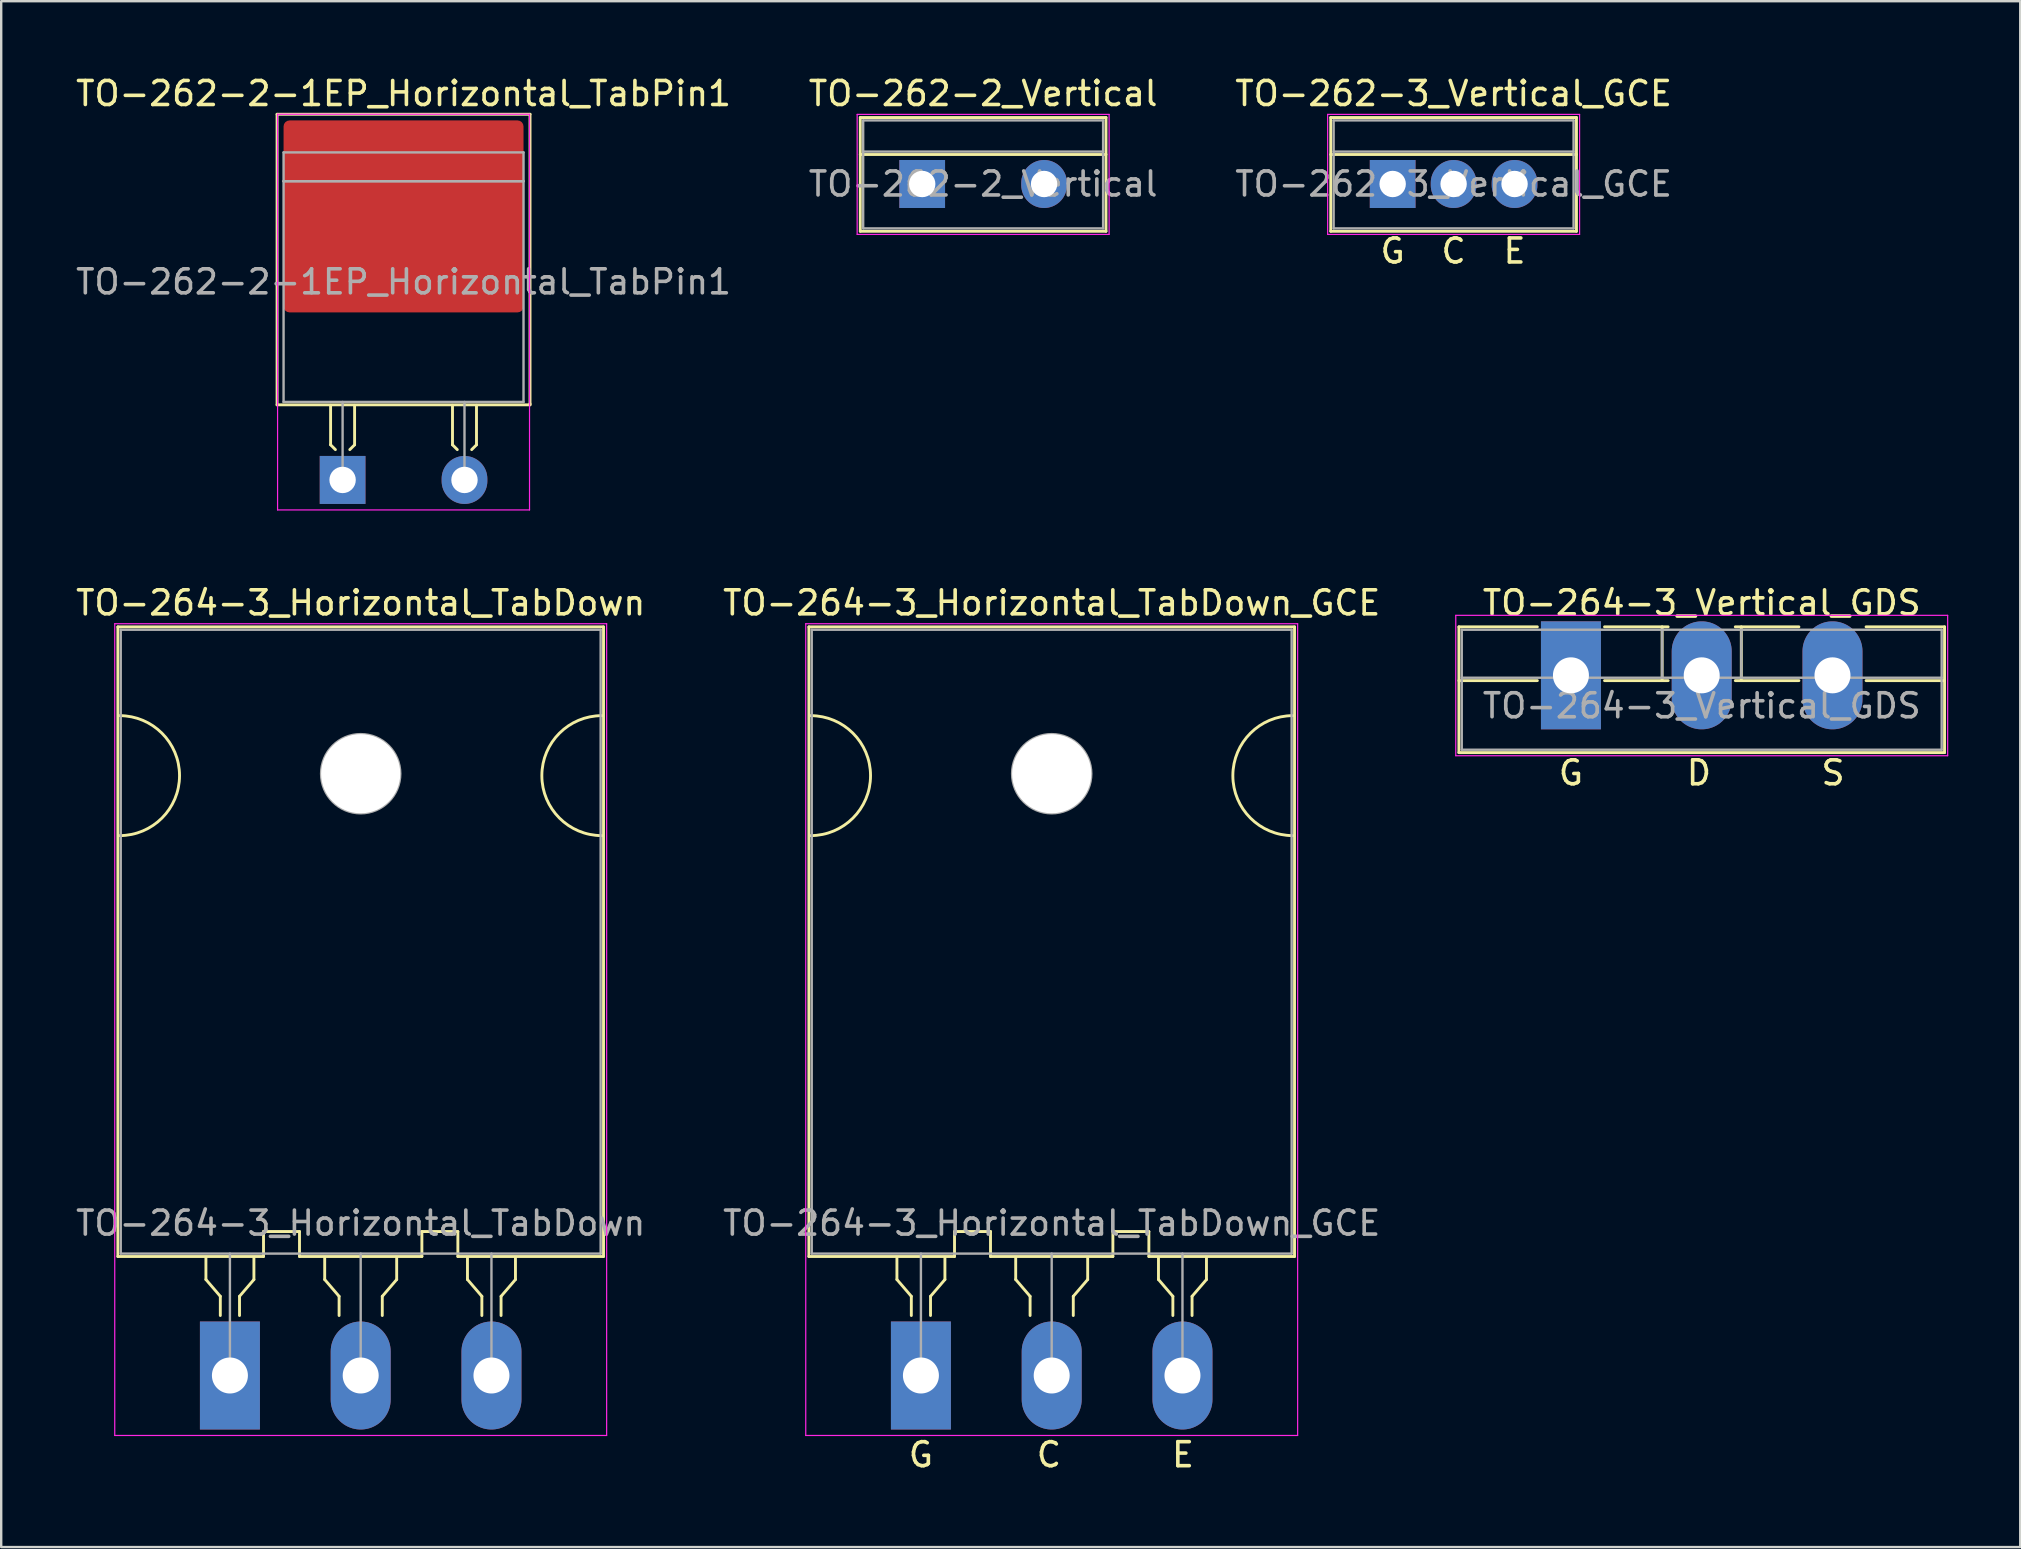
<source format=kicad_pcb>
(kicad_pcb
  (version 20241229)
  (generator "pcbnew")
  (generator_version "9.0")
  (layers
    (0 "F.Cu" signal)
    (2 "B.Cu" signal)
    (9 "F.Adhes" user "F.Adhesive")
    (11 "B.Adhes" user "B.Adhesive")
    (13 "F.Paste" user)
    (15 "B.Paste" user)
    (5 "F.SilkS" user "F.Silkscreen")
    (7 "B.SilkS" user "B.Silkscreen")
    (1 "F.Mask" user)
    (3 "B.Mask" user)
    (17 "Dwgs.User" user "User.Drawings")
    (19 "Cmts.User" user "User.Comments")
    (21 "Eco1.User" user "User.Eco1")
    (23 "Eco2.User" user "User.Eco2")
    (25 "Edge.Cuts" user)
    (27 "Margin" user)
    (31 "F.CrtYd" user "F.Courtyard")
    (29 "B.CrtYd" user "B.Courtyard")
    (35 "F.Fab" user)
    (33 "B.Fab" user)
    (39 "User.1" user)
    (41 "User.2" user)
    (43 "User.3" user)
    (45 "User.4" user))
  (footprint "TO-264-3_Vertical_GDS"
    (layer "F.Cu")
    (at 62.42 25.095)
    (property "Reference" "TO-264-3_Vertical_GDS" (at 5.45 -3.02 0) (layer "F.SilkS") (effects (font (size 1 1) (thickness 0.15))))
    (fp_line (start -4.67 -2.021) (end -4.67 3.22) (stroke (width 0.12) (type solid)) (layer "F.SilkS"))
    (fp_line (start -4.67 -2.021) (end -1.4 -2.021) (stroke (width 0.12) (type solid)) (layer "F.SilkS"))
    (fp_line (start -4.67 0.22) (end -1.4 0.22) (stroke (width 0.12) (type solid)) (layer "F.SilkS"))
    (fp_line (start -4.67 3.22) (end 15.57 3.22) (stroke (width 0.12) (type solid)) (layer "F.SilkS"))
    (fp_line (start 1.4 -2.021) (end 4.051 -2.021) (stroke (width 0.12) (type solid)) (layer "F.SilkS"))
    (fp_line (start 1.4 0.22) (end 4.051 0.22) (stroke (width 0.12) (type solid)) (layer "F.SilkS"))
    (fp_line (start 3.8 -2.021) (end 3.8 0.22) (stroke (width 0.12) (type solid)) (layer "F.SilkS"))
    (fp_line (start 6.85 -2.021) (end 9.5 -2.021) (stroke (width 0.12) (type solid)) (layer "F.SilkS"))
    (fp_line (start 6.85 0.22) (end 9.5 0.22) (stroke (width 0.12) (type solid)) (layer "F.SilkS"))
    (fp_line (start 7.1 -2.021) (end 7.1 0.22) (stroke (width 0.12) (type solid)) (layer "F.SilkS"))
    (fp_line (start 12.3 -2.021) (end 15.57 -2.021) (stroke (width 0.12) (type solid)) (layer "F.SilkS"))
    (fp_line (start 12.3 0.22) (end 15.57 0.22) (stroke (width 0.12) (type solid)) (layer "F.SilkS"))
    (fp_line (start 15.57 -2.021) (end 15.57 3.22) (stroke (width 0.12) (type solid)) (layer "F.SilkS"))
    (fp_line (start -4.8 -2.5) (end -4.8 3.35) (stroke (width 0.05) (type solid)) (layer "F.CrtYd"))
    (fp_line (start -4.8 3.35) (end 15.7 3.35) (stroke (width 0.05) (type solid)) (layer "F.CrtYd"))
    (fp_line (start 15.7 -2.5) (end -4.8 -2.5) (stroke (width 0.05) (type solid)) (layer "F.CrtYd"))
    (fp_line (start 15.7 3.35) (end 15.7 -2.5) (stroke (width 0.05) (type solid)) (layer "F.CrtYd"))
    (fp_line (start -4.55 -1.9) (end -4.55 3.1) (stroke (width 0.1) (type solid)) (layer "F.Fab"))
    (fp_line (start -4.55 0.1) (end 15.45 0.1) (stroke (width 0.1) (type solid)) (layer "F.Fab"))
    (fp_line (start -4.55 3.1) (end 15.45 3.1) (stroke (width 0.1) (type solid)) (layer "F.Fab"))
    (fp_line (start 3.8 -1.9) (end 3.8 0.1) (stroke (width 0.1) (type solid)) (layer "F.Fab"))
    (fp_line (start 7.1 -1.9) (end 7.1 0.1) (stroke (width 0.1) (type solid)) (layer "F.Fab"))
    (fp_line (start 15.45 -1.9) (end -4.55 -1.9) (stroke (width 0.1) (type solid)) (layer "F.Fab"))
    (fp_line (start 15.45 3.1) (end 15.45 -1.9) (stroke (width 0.1) (type solid)) (layer "F.Fab"))
    (fp_text user "S" (at 10.922 4.064 0) (unlocked yes) (layer "F.SilkS") (effects (font (size 1 1) (thickness 0.15))))
    (fp_text user "G" (at 0 4.064 0) (unlocked yes) (layer "F.SilkS") (effects (font (size 1 1) (thickness 0.15))))
    (fp_text user "D" (at 5.334 4.064 0) (unlocked yes) (layer "F.SilkS") (effects (font (size 1 1) (thickness 0.15))))
    (fp_text user "${REFERENCE}" (at 5.45 1.27 0) (layer "F.Fab") (effects (font (size 1 1) (thickness 0.15))))
    (pad "1" thru_hole rect (at 0 0) (size 2.5 4.5) (drill 1.5) (layers "*.Cu" "*.Mask"))
    (pad "2" thru_hole oval (at 5.45 0) (size 2.5 4.5) (drill 1.5) (layers "*.Cu" "*.Mask"))
    (pad "3" thru_hole oval (at 10.9 0) (size 2.5 4.5) (drill 1.5) (layers "*.Cu" "*.Mask")))
  (footprint "TO-262-2_Vertical"
    (layer "F.Cu")
    (at 35.383 4.618)
    (property "Reference" "TO-262-2_Vertical" (at 2.54 -3.77 0) (layer "F.SilkS") (effects (font (size 1 1) (thickness 0.15))))
    (fp_line (start -2.58 -2.77) (end -2.58 1.971) (stroke (width 0.12) (type solid)) (layer "F.SilkS"))
    (fp_line (start -2.58 -2.77) (end 7.66 -2.77) (stroke (width 0.12) (type solid)) (layer "F.SilkS"))
    (fp_line (start -2.58 -1.23) (end 7.66 -1.23) (stroke (width 0.12) (type solid)) (layer "F.SilkS"))
    (fp_line (start -2.58 1.971) (end 7.66 1.971) (stroke (width 0.12) (type solid)) (layer "F.SilkS"))
    (fp_line (start 7.66 -2.77) (end 7.66 1.971) (stroke (width 0.12) (type solid)) (layer "F.SilkS"))
    (fp_line (start -2.71 -2.9) (end -2.71 2.1) (stroke (width 0.05) (type solid)) (layer "F.CrtYd"))
    (fp_line (start -2.71 2.1) (end 7.79 2.1) (stroke (width 0.05) (type solid)) (layer "F.CrtYd"))
    (fp_line (start 7.79 -2.9) (end -2.71 -2.9) (stroke (width 0.05) (type solid)) (layer "F.CrtYd"))
    (fp_line (start 7.79 2.1) (end 7.79 -2.9) (stroke (width 0.05) (type solid)) (layer "F.CrtYd"))
    (fp_line (start -2.46 -2.65) (end -2.46 1.85) (stroke (width 0.1) (type solid)) (layer "F.Fab"))
    (fp_line (start -2.46 -1.35) (end 7.54 -1.35) (stroke (width 0.1) (type solid)) (layer "F.Fab"))
    (fp_line (start -2.46 1.85) (end 7.54 1.85) (stroke (width 0.1) (type solid)) (layer "F.Fab"))
    (fp_line (start 7.54 -2.65) (end -2.46 -2.65) (stroke (width 0.1) (type solid)) (layer "F.Fab"))
    (fp_line (start 7.54 1.85) (end 7.54 -2.65) (stroke (width 0.1) (type solid)) (layer "F.Fab"))
    (fp_text user "${REFERENCE}" (at 2.54 0 0) (layer "F.Fab") (effects (font (size 1 1) (thickness 0.15))))
    (pad "1" thru_hole rect (at 0 0) (size 1.905 2) (drill 1.1) (layers "*.Cu" "*.Mask"))
    (pad "3" thru_hole oval (at 5.08 0) (size 1.905 2) (drill 1.1) (layers "*.Cu" "*.Mask")))
  (footprint "TO-264-3_Horizontal_TabDown_GCE"
    (layer "F.Cu")
    (at 35.33 54.275)
    (property "Reference" "TO-264-3_Horizontal_TabDown_GCE" (at 5.45 -32.2 0) (layer "F.SilkS") (effects (font (size 1 1) (thickness 0.15))))
    (fp_line (start -4.67 -31.2) (end -4.67 -4.96) (stroke (width 0.12) (type solid)) (layer "F.SilkS"))
    (fp_line (start -4.67 -31.2) (end 15.57 -31.2) (stroke (width 0.12) (type solid)) (layer "F.SilkS"))
    (fp_line (start -4.67 -4.96) (end 1.4 -4.96) (stroke (width 0.12) (type solid)) (layer "F.SilkS"))
    (fp_line (start -1 -4.9) (end -1 -4) (stroke (width 0.12) (type solid)) (layer "F.SilkS"))
    (fp_line (start -1 -4) (end -0.4 -3.3) (stroke (width 0.12) (type solid)) (layer "F.SilkS"))
    (fp_line (start -0.4 -3.3) (end -0.4 -2.5) (stroke (width 0.12) (type solid)) (layer "F.SilkS"))
    (fp_line (start 0.4 -3.3) (end 1 -4) (stroke (width 0.12) (type solid)) (layer "F.SilkS"))
    (fp_line (start 0.4 -2.5) (end 0.4 -3.3) (stroke (width 0.12) (type solid)) (layer "F.SilkS"))
    (fp_line (start 1 -4) (end 1 -4.9) (stroke (width 0.12) (type solid)) (layer "F.SilkS"))
    (fp_line (start 1.4 -6) (end 2.9 -6) (stroke (width 0.12) (type solid)) (layer "F.SilkS"))
    (fp_line (start 1.4 -4.96) (end 1.4 -6) (stroke (width 0.12) (type solid)) (layer "F.SilkS"))
    (fp_line (start 2.9 -6) (end 2.9 -4.96) (stroke (width 0.12) (type solid)) (layer "F.SilkS"))
    (fp_line (start 2.9 -4.96) (end 8 -4.96) (stroke (width 0.12) (type solid)) (layer "F.SilkS"))
    (fp_line (start 3.95 -4.9) (end 3.95 -4) (stroke (width 0.12) (type solid)) (layer "F.SilkS"))
    (fp_line (start 3.95 -4) (end 4.55 -3.3) (stroke (width 0.12) (type solid)) (layer "F.SilkS"))
    (fp_line (start 4.55 -3.3) (end 4.55 -2.5) (stroke (width 0.12) (type solid)) (layer "F.SilkS"))
    (fp_line (start 6.35 -3.3) (end 6.95 -4) (stroke (width 0.12) (type solid)) (layer "F.SilkS"))
    (fp_line (start 6.35 -2.5) (end 6.35 -3.3) (stroke (width 0.12) (type solid)) (layer "F.SilkS"))
    (fp_line (start 6.95 -4) (end 6.95 -4.9) (stroke (width 0.12) (type solid)) (layer "F.SilkS"))
    (fp_line (start 8 -6) (end 8 -4.96) (stroke (width 0.12) (type solid)) (layer "F.SilkS"))
    (fp_line (start 9.5 -6) (end 8 -6) (stroke (width 0.12) (type solid)) (layer "F.SilkS"))
    (fp_line (start 9.5 -4.96) (end 9.5 -6) (stroke (width 0.12) (type solid)) (layer "F.SilkS"))
    (fp_line (start 9.5 -4.96) (end 15.57 -4.96) (stroke (width 0.12) (type solid)) (layer "F.SilkS"))
    (fp_line (start 9.9 -4.9) (end 9.9 -4) (stroke (width 0.12) (type solid)) (layer "F.SilkS"))
    (fp_line (start 9.9 -4) (end 10.5 -3.3) (stroke (width 0.12) (type solid)) (layer "F.SilkS"))
    (fp_line (start 10.5 -3.3) (end 10.5 -2.5) (stroke (width 0.12) (type solid)) (layer "F.SilkS"))
    (fp_line (start 11.3 -3.3) (end 11.9 -4) (stroke (width 0.12) (type solid)) (layer "F.SilkS"))
    (fp_line (start 11.3 -2.5) (end 11.3 -3.3) (stroke (width 0.12) (type solid)) (layer "F.SilkS"))
    (fp_line (start 11.9 -4) (end 11.9 -4.9) (stroke (width 0.12) (type solid)) (layer "F.SilkS"))
    (fp_line (start 15.57 -31.2) (end 15.57 -4.96) (stroke (width 0.12) (type solid)) (layer "F.SilkS"))
    (fp_arc (start -4.6 -27.5) (mid -2.1 -25) (end -4.6 -22.5) (stroke (width 0.12) (type solid)) (layer "F.SilkS"))
    (fp_arc (start 15.5 -22.5) (mid 13 -25) (end 15.5 -27.5) (stroke (width 0.12) (type solid)) (layer "F.SilkS"))
    (fp_line (start -4.8 -31.33) (end -4.8 2.5) (stroke (width 0.05) (type solid)) (layer "F.CrtYd"))
    (fp_line (start -4.8 2.5) (end 15.7 2.5) (stroke (width 0.05) (type solid)) (layer "F.CrtYd"))
    (fp_line (start 15.7 -31.33) (end -4.8 -31.33) (stroke (width 0.05) (type solid)) (layer "F.CrtYd"))
    (fp_line (start 15.7 2.5) (end 15.7 -31.33) (stroke (width 0.05) (type solid)) (layer "F.CrtYd"))
    (fp_line (start -4.55 -31.08) (end 15.45 -31.08) (stroke (width 0.1) (type solid)) (layer "F.Fab"))
    (fp_line (start -4.55 -5.08) (end -4.55 -31.08) (stroke (width 0.1) (type solid)) (layer "F.Fab"))
    (fp_line (start 0 -5.08) (end 0 0) (stroke (width 0.1) (type solid)) (layer "F.Fab"))
    (fp_line (start 5.45 -5.08) (end 5.45 0) (stroke (width 0.1) (type solid)) (layer "F.Fab"))
    (fp_line (start 10.9 -5.08) (end 10.9 0) (stroke (width 0.1) (type solid)) (layer "F.Fab"))
    (fp_line (start 15.45 -31.08) (end 15.45 -5.08) (stroke (width 0.1) (type solid)) (layer "F.Fab"))
    (fp_line (start 15.45 -5.08) (end -4.55 -5.08) (stroke (width 0.1) (type solid)) (layer "F.Fab"))
    (fp_circle (center 5.45 -25.08) (end 7.1 -25.08) (stroke (width 0.1) (type solid)) (fill no) (layer "F.Fab"))
    (fp_text user "E" (at 10.922 3.302 0) (unlocked yes) (layer "F.SilkS") (effects (font (size 1 1) (thickness 0.15))))
    (fp_text user "G" (at 0 3.302 0) (unlocked yes) (layer "F.SilkS") (effects (font (size 1 1) (thickness 0.15))))
    (fp_text user "C" (at 5.334 3.302 0) (unlocked yes) (layer "F.SilkS") (effects (font (size 1 1) (thickness 0.15))))
    (fp_text user "${REFERENCE}" (at 5.45 -6.35 0) (layer "F.Fab") (effects (font (size 1 1) (thickness 0.15))))
    (pad "" np_thru_hole oval (at 5.45 -25.08) (size 3.3 3.3) (drill 3.3) (layers "*.Cu" "*.Mask"))
    (pad "1" thru_hole rect (at 0 0) (size 2.5 4.5) (drill 1.5) (layers "*.Cu" "*.Mask"))
    (pad "2" thru_hole oval (at 5.45 0) (size 2.5 4.5) (drill 1.5) (layers "*.Cu" "*.Mask"))
    (pad "3" thru_hole oval (at 10.9 0) (size 2.5 4.5) (drill 1.5) (layers "*.Cu" "*.Mask")))
  (footprint "TO-262-3_Vertical_GCE"
    (layer "F.Cu")
    (at 54.99 4.618)
    (property "Reference" "TO-262-3_Vertical_GCE" (at 2.54 -3.77 0) (layer "F.SilkS") (effects (font (size 1 1) (thickness 0.15))))
    (fp_line (start -2.58 -2.77) (end -2.58 1.971) (stroke (width 0.12) (type solid)) (layer "F.SilkS"))
    (fp_line (start -2.58 -2.77) (end 7.66 -2.77) (stroke (width 0.12) (type solid)) (layer "F.SilkS"))
    (fp_line (start -2.58 -1.23) (end 7.66 -1.23) (stroke (width 0.12) (type solid)) (layer "F.SilkS"))
    (fp_line (start -2.58 1.971) (end 7.66 1.971) (stroke (width 0.12) (type solid)) (layer "F.SilkS"))
    (fp_line (start 7.66 -2.77) (end 7.66 1.971) (stroke (width 0.12) (type solid)) (layer "F.SilkS"))
    (fp_line (start -2.71 -2.9) (end -2.71 2.1) (stroke (width 0.05) (type solid)) (layer "F.CrtYd"))
    (fp_line (start -2.71 2.1) (end 7.79 2.1) (stroke (width 0.05) (type solid)) (layer "F.CrtYd"))
    (fp_line (start 7.79 -2.9) (end -2.71 -2.9) (stroke (width 0.05) (type solid)) (layer "F.CrtYd"))
    (fp_line (start 7.79 2.1) (end 7.79 -2.9) (stroke (width 0.05) (type solid)) (layer "F.CrtYd"))
    (fp_line (start -2.46 -2.65) (end -2.46 1.85) (stroke (width 0.1) (type solid)) (layer "F.Fab"))
    (fp_line (start -2.46 -1.35) (end 7.54 -1.35) (stroke (width 0.1) (type solid)) (layer "F.Fab"))
    (fp_line (start -2.46 1.85) (end 7.54 1.85) (stroke (width 0.1) (type solid)) (layer "F.Fab"))
    (fp_line (start 7.54 -2.65) (end -2.46 -2.65) (stroke (width 0.1) (type solid)) (layer "F.Fab"))
    (fp_line (start 7.54 1.85) (end 7.54 -2.65) (stroke (width 0.1) (type solid)) (layer "F.Fab"))
    (fp_text user "G" (at 0 2.794 0) (unlocked yes) (layer "F.SilkS") (effects (font (size 1 1) (thickness 0.15))))
    (fp_text user "E" (at 5.08 2.794 0) (unlocked yes) (layer "F.SilkS") (effects (font (size 1 1) (thickness 0.15))))
    (fp_text user "C" (at 2.54 2.794 0) (unlocked yes) (layer "F.SilkS") (effects (font (size 1 1) (thickness 0.15))))
    (fp_text user "${REFERENCE}" (at 2.54 0 0) (layer "F.Fab") (effects (font (size 1 1) (thickness 0.15))))
    (pad "1" thru_hole rect (at 0 0) (size 1.905 2) (drill 1.1) (layers "*.Cu" "*.Mask"))
    (pad "2" thru_hole oval (at 2.54 0) (size 1.905 2) (drill 1.1) (layers "*.Cu" "*.Mask"))
    (pad "3" thru_hole oval (at 5.08 0) (size 1.905 2) (drill 1.1) (layers "*.Cu" "*.Mask")))
  (footprint "TO-262-2-1EP_Horizontal_TabPin1"
    (layer "F.Cu")
    (at 11.228 16.952)
    (property "Reference" "TO-262-2-1EP_Horizontal_TabPin1" (at 2.54 -16.103 0) (layer "F.SilkS") (effects (font (size 1 1) (thickness 0.15))))
    (fp_line (start -2.731 -15.24) (end 7.811 -15.24) (stroke (width 0.12) (type solid)) (layer "F.SilkS"))
    (fp_line (start -2.731 -3.13) (end -2.731 -15.24) (stroke (width 0.12) (type solid)) (layer "F.SilkS"))
    (fp_line (start -2.731 -3.13) (end 7.811 -3.13) (stroke (width 0.12) (type solid)) (layer "F.SilkS"))
    (fp_line (start -0.5 -3.111) (end -0.5 -1.464) (stroke (width 0.12) (type solid)) (layer "F.SilkS"))
    (fp_line (start -0.5 -1.464) (end -0.3 -1.264) (stroke (width 0.12) (type solid)) (layer "F.SilkS"))
    (fp_line (start 0.5 -3.111) (end 0.5 -1.464) (stroke (width 0.12) (type solid)) (layer "F.SilkS"))
    (fp_line (start 0.5 -1.464) (end 0.3 -1.264) (stroke (width 0.12) (type solid)) (layer "F.SilkS"))
    (fp_line (start 4.58 -3.111) (end 4.58 -1.464) (stroke (width 0.12) (type solid)) (layer "F.SilkS"))
    (fp_line (start 4.58 -1.464) (end 4.78 -1.264) (stroke (width 0.12) (type solid)) (layer "F.SilkS"))
    (fp_line (start 5.58 -3.111) (end 5.58 -1.464) (stroke (width 0.12) (type solid)) (layer "F.SilkS"))
    (fp_line (start 5.58 -1.464) (end 5.38 -1.264) (stroke (width 0.12) (type solid)) (layer "F.SilkS"))
    (fp_line (start 7.811 -15.24) (end 7.811 -3.175) (stroke (width 0.12) (type solid)) (layer "F.SilkS"))
    (fp_line (start 7.811 -3.175) (end 7.811 -3.13) (stroke (width 0.12) (type solid)) (layer "F.SilkS"))
    (fp_line (start -2.71 -15.24) (end -2.71 1.25) (stroke (width 0.05) (type solid)) (layer "F.CrtYd"))
    (fp_line (start -2.71 1.25) (end 7.79 1.25) (stroke (width 0.05) (type solid)) (layer "F.CrtYd"))
    (fp_line (start 7.79 -15.24) (end -2.71 -15.24) (stroke (width 0.05) (type solid)) (layer "F.CrtYd"))
    (fp_line (start 7.79 1.25) (end 7.79 -15.24) (stroke (width 0.05) (type solid)) (layer "F.CrtYd"))
    (fp_line (start -2.46 -13.65) (end 7.54 -13.65) (stroke (width 0.1) (type solid)) (layer "F.Fab"))
    (fp_line (start -2.46 -12.45) (end -2.46 -13.65) (stroke (width 0.1) (type solid)) (layer "F.Fab"))
    (fp_line (start -2.46 -12.45) (end 7.54 -12.45) (stroke (width 0.1) (type solid)) (layer "F.Fab"))
    (fp_line (start -2.46 -3.25) (end -2.46 -12.45) (stroke (width 0.1) (type solid)) (layer "F.Fab"))
    (fp_line (start 0 -3.25) (end 0 0) (stroke (width 0.1) (type solid)) (layer "F.Fab"))
    (fp_line (start 5.08 -3.25) (end 5.08 0) (stroke (width 0.1) (type solid)) (layer "F.Fab"))
    (fp_line (start 7.54 -13.65) (end 7.54 -12.45) (stroke (width 0.1) (type solid)) (layer "F.Fab"))
    (fp_line (start 7.54 -12.45) (end -2.46 -12.45) (stroke (width 0.1) (type solid)) (layer "F.Fab"))
    (fp_line (start 7.54 -12.45) (end 7.54 -3.25) (stroke (width 0.1) (type solid)) (layer "F.Fab"))
    (fp_line (start 7.54 -3.25) (end -2.46 -3.25) (stroke (width 0.1) (type solid)) (layer "F.Fab"))
    (fp_text user "${REFERENCE}" (at 2.54 -8.255 0) (layer "F.Fab") (effects (font (size 1 1) (thickness 0.15))))
    (pad "" smd roundrect (at -1.45 -14) (size 1.7 1.7) (layers "F.Paste") (roundrect_rratio 0.125))
    (pad "" smd roundrect (at -1.45 -12) (size 1.7 1.7) (layers "F.Paste") (roundrect_rratio 0.125))
    (pad "" smd roundrect (at -1.45 -10) (size 1.7 1.7) (layers "F.Paste") (roundrect_rratio 0.125))
    (pad "" smd roundrect (at -1.45 -8) (size 1.7 1.7) (layers "F.Paste") (roundrect_rratio 0.125))
    (pad "" smd roundrect (at 0.55 -14) (size 1.7 1.7) (layers "F.Paste") (roundrect_rratio 0.125))
    (pad "" smd roundrect (at 0.55 -12) (size 1.7 1.7) (layers "F.Paste") (roundrect_rratio 0.125))
    (pad "" smd roundrect (at 0.55 -10) (size 1.7 1.7) (layers "F.Paste") (roundrect_rratio 0.125))
    (pad "" smd roundrect (at 0.55 -8) (size 1.7 1.7) (layers "F.Paste") (roundrect_rratio 0.125))
    (pad "" smd roundrect (at 2.55 -14) (size 1.7 1.7) (layers "F.Paste") (roundrect_rratio 0.125))
    (pad "" smd roundrect (at 2.55 -12) (size 1.7 1.7) (layers "F.Paste") (roundrect_rratio 0.125))
    (pad "" smd roundrect (at 2.55 -10) (size 1.7 1.7) (layers "F.Paste") (roundrect_rratio 0.125))
    (pad "" smd roundrect (at 2.55 -8) (size 1.7 1.7) (layers "F.Paste") (roundrect_rratio 0.125))
    (pad "" smd roundrect (at 4.55 -14) (size 1.7 1.7) (layers "F.Paste") (roundrect_rratio 0.125))
    (pad "" smd roundrect (at 4.55 -12) (size 1.7 1.7) (layers "F.Paste") (roundrect_rratio 0.125))
    (pad "" smd roundrect (at 4.55 -10) (size 1.7 1.7) (layers "F.Paste") (roundrect_rratio 0.125))
    (pad "" smd roundrect (at 4.55 -8) (size 1.7 1.7) (layers "F.Paste") (roundrect_rratio 0.125))
    (pad "" smd roundrect (at 6.55 -14) (size 1.7 1.7) (layers "F.Paste") (roundrect_rratio 0.125))
    (pad "" smd roundrect (at 6.55 -12) (size 1.7 1.7) (layers "F.Paste") (roundrect_rratio 0.125))
    (pad "" smd roundrect (at 6.55 -10) (size 1.7 1.7) (layers "F.Paste") (roundrect_rratio 0.125))
    (pad "" smd roundrect (at 6.55 -8) (size 1.7 1.7) (layers "F.Paste") (roundrect_rratio 0.125))
    (pad "1" thru_hole rect (at 0 0) (size 1.905 2) (drill 1.1) (layers "*.Cu" "*.Mask"))
    (pad "1" smd roundrect (at 2.54 -10.983) (size 10 8) (layers "F.Cu" "F.Mask") (roundrect_rratio 0.031))
    (pad "2" thru_hole oval (at 5.08 0) (size 1.905 2) (drill 1.1) (layers "*.Cu" "*.Mask")))
  (footprint "TO-264-3_Horizontal_TabDown"
    (layer "F.Cu")
    (at 6.532 54.275)
    (property "Reference" "TO-264-3_Horizontal_TabDown" (at 5.45 -32.2 0) (layer "F.SilkS") (effects (font (size 1 1) (thickness 0.15))))
    (attr through_hole)
    (fp_line (start -4.67 -31.2) (end -4.67 -4.96) (stroke (width 0.12) (type solid)) (layer "F.SilkS"))
    (fp_line (start -4.67 -31.2) (end 15.57 -31.2) (stroke (width 0.12) (type solid)) (layer "F.SilkS"))
    (fp_line (start -4.67 -4.96) (end 1.4 -4.96) (stroke (width 0.12) (type solid)) (layer "F.SilkS"))
    (fp_line (start -1 -4.9) (end -1 -4) (stroke (width 0.12) (type solid)) (layer "F.SilkS"))
    (fp_line (start -1 -4) (end -0.4 -3.3) (stroke (width 0.12) (type solid)) (layer "F.SilkS"))
    (fp_line (start -0.4 -3.3) (end -0.4 -2.5) (stroke (width 0.12) (type solid)) (layer "F.SilkS"))
    (fp_line (start 0.4 -3.3) (end 1 -4) (stroke (width 0.12) (type solid)) (layer "F.SilkS"))
    (fp_line (start 0.4 -2.5) (end 0.4 -3.3) (stroke (width 0.12) (type solid)) (layer "F.SilkS"))
    (fp_line (start 1 -4) (end 1 -4.9) (stroke (width 0.12) (type solid)) (layer "F.SilkS"))
    (fp_line (start 1.4 -6) (end 2.9 -6) (stroke (width 0.12) (type solid)) (layer "F.SilkS"))
    (fp_line (start 1.4 -4.96) (end 1.4 -6) (stroke (width 0.12) (type solid)) (layer "F.SilkS"))
    (fp_line (start 2.9 -6) (end 2.9 -4.96) (stroke (width 0.12) (type solid)) (layer "F.SilkS"))
    (fp_line (start 2.9 -4.96) (end 8 -4.96) (stroke (width 0.12) (type solid)) (layer "F.SilkS"))
    (fp_line (start 3.95 -4.9) (end 3.95 -4) (stroke (width 0.12) (type solid)) (layer "F.SilkS"))
    (fp_line (start 3.95 -4) (end 4.55 -3.3) (stroke (width 0.12) (type solid)) (layer "F.SilkS"))
    (fp_line (start 4.55 -3.3) (end 4.55 -2.5) (stroke (width 0.12) (type solid)) (layer "F.SilkS"))
    (fp_line (start 6.35 -3.3) (end 6.95 -4) (stroke (width 0.12) (type solid)) (layer "F.SilkS"))
    (fp_line (start 6.35 -2.5) (end 6.35 -3.3) (stroke (width 0.12) (type solid)) (layer "F.SilkS"))
    (fp_line (start 6.95 -4) (end 6.95 -4.9) (stroke (width 0.12) (type solid)) (layer "F.SilkS"))
    (fp_line (start 8 -6) (end 8 -4.96) (stroke (width 0.12) (type solid)) (layer "F.SilkS"))
    (fp_line (start 9.5 -6) (end 8 -6) (stroke (width 0.12) (type solid)) (layer "F.SilkS"))
    (fp_line (start 9.5 -4.96) (end 9.5 -6) (stroke (width 0.12) (type solid)) (layer "F.SilkS"))
    (fp_line (start 9.5 -4.96) (end 15.57 -4.96) (stroke (width 0.12) (type solid)) (layer "F.SilkS"))
    (fp_line (start 9.9 -4.9) (end 9.9 -4) (stroke (width 0.12) (type solid)) (layer "F.SilkS"))
    (fp_line (start 9.9 -4) (end 10.5 -3.3) (stroke (width 0.12) (type solid)) (layer "F.SilkS"))
    (fp_line (start 10.5 -3.3) (end 10.5 -2.5) (stroke (width 0.12) (type solid)) (layer "F.SilkS"))
    (fp_line (start 11.3 -3.3) (end 11.9 -4) (stroke (width 0.12) (type solid)) (layer "F.SilkS"))
    (fp_line (start 11.3 -2.5) (end 11.3 -3.3) (stroke (width 0.12) (type solid)) (layer "F.SilkS"))
    (fp_line (start 11.9 -4) (end 11.9 -4.9) (stroke (width 0.12) (type solid)) (layer "F.SilkS"))
    (fp_line (start 15.57 -31.2) (end 15.57 -4.96) (stroke (width 0.12) (type solid)) (layer "F.SilkS"))
    (fp_arc (start -4.6 -27.5) (mid -2.1 -25) (end -4.6 -22.5) (stroke (width 0.12) (type solid)) (layer "F.SilkS"))
    (fp_arc (start 15.5 -22.5) (mid 13 -25) (end 15.5 -27.5) (stroke (width 0.12) (type solid)) (layer "F.SilkS"))
    (fp_line (start -4.8 -31.33) (end -4.8 2.5) (stroke (width 0.05) (type solid)) (layer "F.CrtYd"))
    (fp_line (start -4.8 2.5) (end 15.7 2.5) (stroke (width 0.05) (type solid)) (layer "F.CrtYd"))
    (fp_line (start 15.7 -31.33) (end -4.8 -31.33) (stroke (width 0.05) (type solid)) (layer "F.CrtYd"))
    (fp_line (start 15.7 2.5) (end 15.7 -31.33) (stroke (width 0.05) (type solid)) (layer "F.CrtYd"))
    (fp_line (start -4.55 -31.08) (end 15.45 -31.08) (stroke (width 0.1) (type solid)) (layer "F.Fab"))
    (fp_line (start -4.55 -5.08) (end -4.55 -31.08) (stroke (width 0.1) (type solid)) (layer "F.Fab"))
    (fp_line (start 0 -5.08) (end 0 0) (stroke (width 0.1) (type solid)) (layer "F.Fab"))
    (fp_line (start 5.45 -5.08) (end 5.45 0) (stroke (width 0.1) (type solid)) (layer "F.Fab"))
    (fp_line (start 10.9 -5.08) (end 10.9 0) (stroke (width 0.1) (type solid)) (layer "F.Fab"))
    (fp_line (start 15.45 -31.08) (end 15.45 -5.08) (stroke (width 0.1) (type solid)) (layer "F.Fab"))
    (fp_line (start 15.45 -5.08) (end -4.55 -5.08) (stroke (width 0.1) (type solid)) (layer "F.Fab"))
    (fp_circle (center 5.45 -25.08) (end 7.1 -25.08) (stroke (width 0.1) (type solid)) (fill no) (layer "F.Fab"))
    (fp_text user "${REFERENCE}" (at 5.45 -6.35 0) (layer "F.Fab") (effects (font (size 1 1) (thickness 0.15))))
    (pad "" np_thru_hole oval (at 5.45 -25.08) (size 3.3 3.3) (drill 3.3) (layers "*.Cu" "*.Mask"))
    (pad "1" thru_hole rect (at 0 0) (size 2.5 4.5) (drill 1.5) (layers "*.Cu" "*.Mask"))
    (pad "2" thru_hole oval (at 5.45 0) (size 2.5 4.5) (drill 1.5) (layers "*.Cu" "*.Mask"))
    (pad "3" thru_hole oval (at 10.9 0) (size 2.5 4.5) (drill 1.5) (layers "*.Cu" "*.Mask")))
  (gr_rect
    (start -3 -3)
    (end 81.145 61.425)
    (stroke (width 0.1) (type default))
    (fill no)
    (layer "Edge.Cuts")))
</source>
